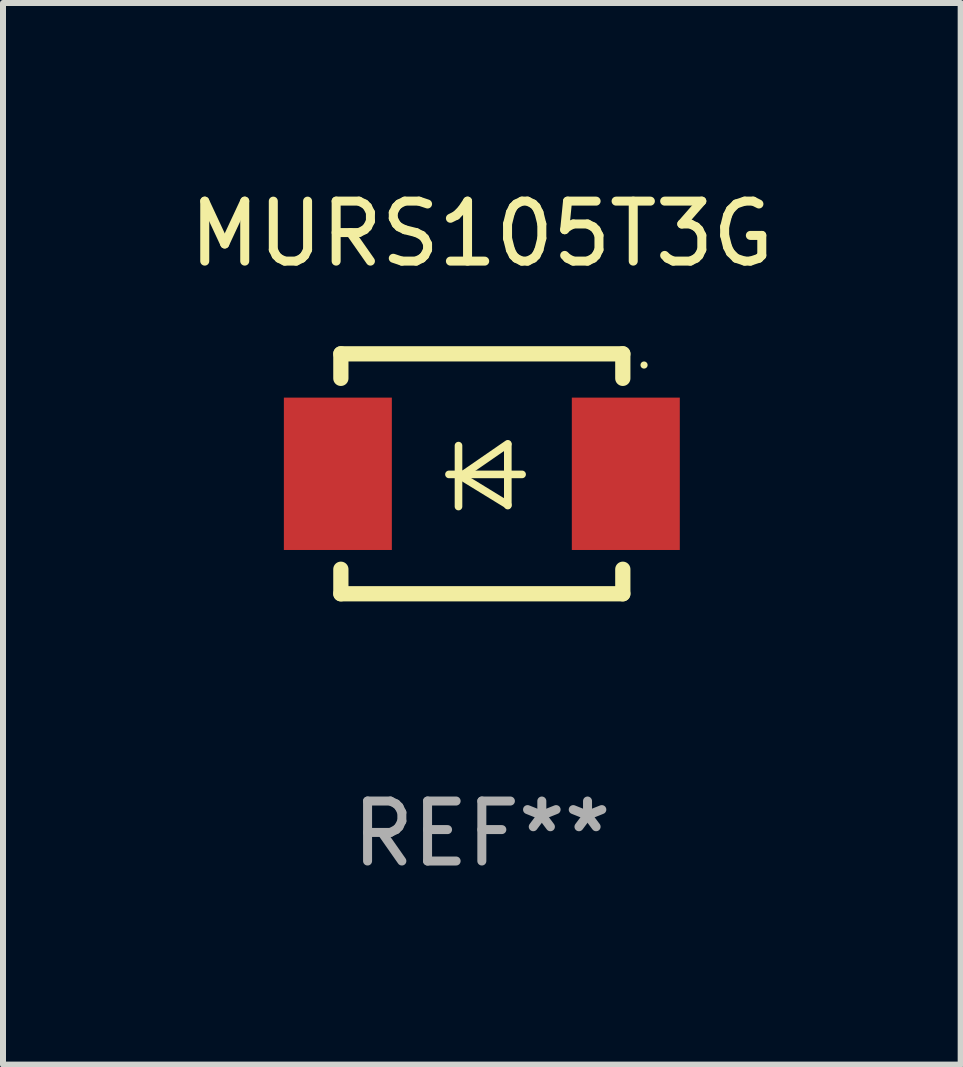
<source format=kicad_pcb>
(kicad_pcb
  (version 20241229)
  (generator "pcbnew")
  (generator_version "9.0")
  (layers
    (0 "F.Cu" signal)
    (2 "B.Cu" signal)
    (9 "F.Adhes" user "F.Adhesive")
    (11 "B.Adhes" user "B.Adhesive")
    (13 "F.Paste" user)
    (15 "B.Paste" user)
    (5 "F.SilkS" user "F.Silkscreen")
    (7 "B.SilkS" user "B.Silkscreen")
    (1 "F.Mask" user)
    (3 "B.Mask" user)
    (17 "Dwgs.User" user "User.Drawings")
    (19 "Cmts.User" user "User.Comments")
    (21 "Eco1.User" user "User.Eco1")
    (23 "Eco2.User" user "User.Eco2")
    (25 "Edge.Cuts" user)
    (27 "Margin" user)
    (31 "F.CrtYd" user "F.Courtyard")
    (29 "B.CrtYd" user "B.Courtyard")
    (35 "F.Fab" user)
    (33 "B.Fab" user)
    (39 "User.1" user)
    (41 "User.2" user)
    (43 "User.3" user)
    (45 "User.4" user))
  (footprint "MURS105T3G"
    (layer "F.Cu")
    (at 4.982 4.848)
    (property "Reference" "MURS105T3G" (at 0 -4 0) (layer "F.SilkS") (effects (font (size 1 1) (thickness 0.15))))
    (attr through_hole)
    (fp_line (start -2.35 -2) (end -2.35 -1.591) (stroke (width 0.254) (type solid)) (layer "F.SilkS"))
    (fp_line (start -2.35 -2) (end 2.35 -2) (stroke (width 0.254) (type solid)) (layer "F.SilkS"))
    (fp_line (start -2.35 1.591) (end -2.35 2) (stroke (width 0.254) (type solid)) (layer "F.SilkS"))
    (fp_line (start -2.35 2) (end 2.35 2) (stroke (width 0.254) (type solid)) (layer "F.SilkS"))
    (fp_line (start -0.548 0.01) (end 0.671 0.01) (stroke (width 0.127) (type solid)) (layer "F.SilkS"))
    (fp_line (start -0.389 -0.47) (end -0.389 0.546) (stroke (width 0.127) (type solid)) (layer "F.SilkS"))
    (fp_line (start -0.35 0.04) (end 0.433 0.52) (stroke (width 0.127) (type solid)) (layer "F.SilkS"))
    (fp_line (start 0.433 -0.5) (end -0.35 0.04) (stroke (width 0.127) (type solid)) (layer "F.SilkS"))
    (fp_line (start 0.433 0.53) (end 0.433 -0.486) (stroke (width 0.127) (type solid)) (layer "F.SilkS"))
    (fp_line (start 2.35 -2) (end 2.35 -1.591) (stroke (width 0.254) (type solid)) (layer "F.SilkS"))
    (fp_line (start 2.35 1.591) (end 2.35 2) (stroke (width 0.254) (type solid)) (layer "F.SilkS"))
    (fp_circle (center 2.704 -1.813) (end 2.734 -1.813) (stroke (width 0.06) (type solid)) (fill no) (layer "F.SilkS"))
    (fp_text user "REF**" (at 0 6 0) (layer "F.Fab") (effects (font (size 1 1) (thickness 0.15))))
    (pad "1" smd rect (at 2.4 0) (size 1.8 2.54) (layers "F.Cu" "F.Mask" "F.Paste"))
    (pad "2" smd rect (at -2.4 0) (size 1.8 2.54) (layers "F.Cu" "F.Mask" "F.Paste")))
  (gr_rect
    (start -3 -3)
    (end 12.964 14.697)
    (stroke (width 0.1) (type default))
    (fill no)
    (layer "Edge.Cuts")))
</source>
